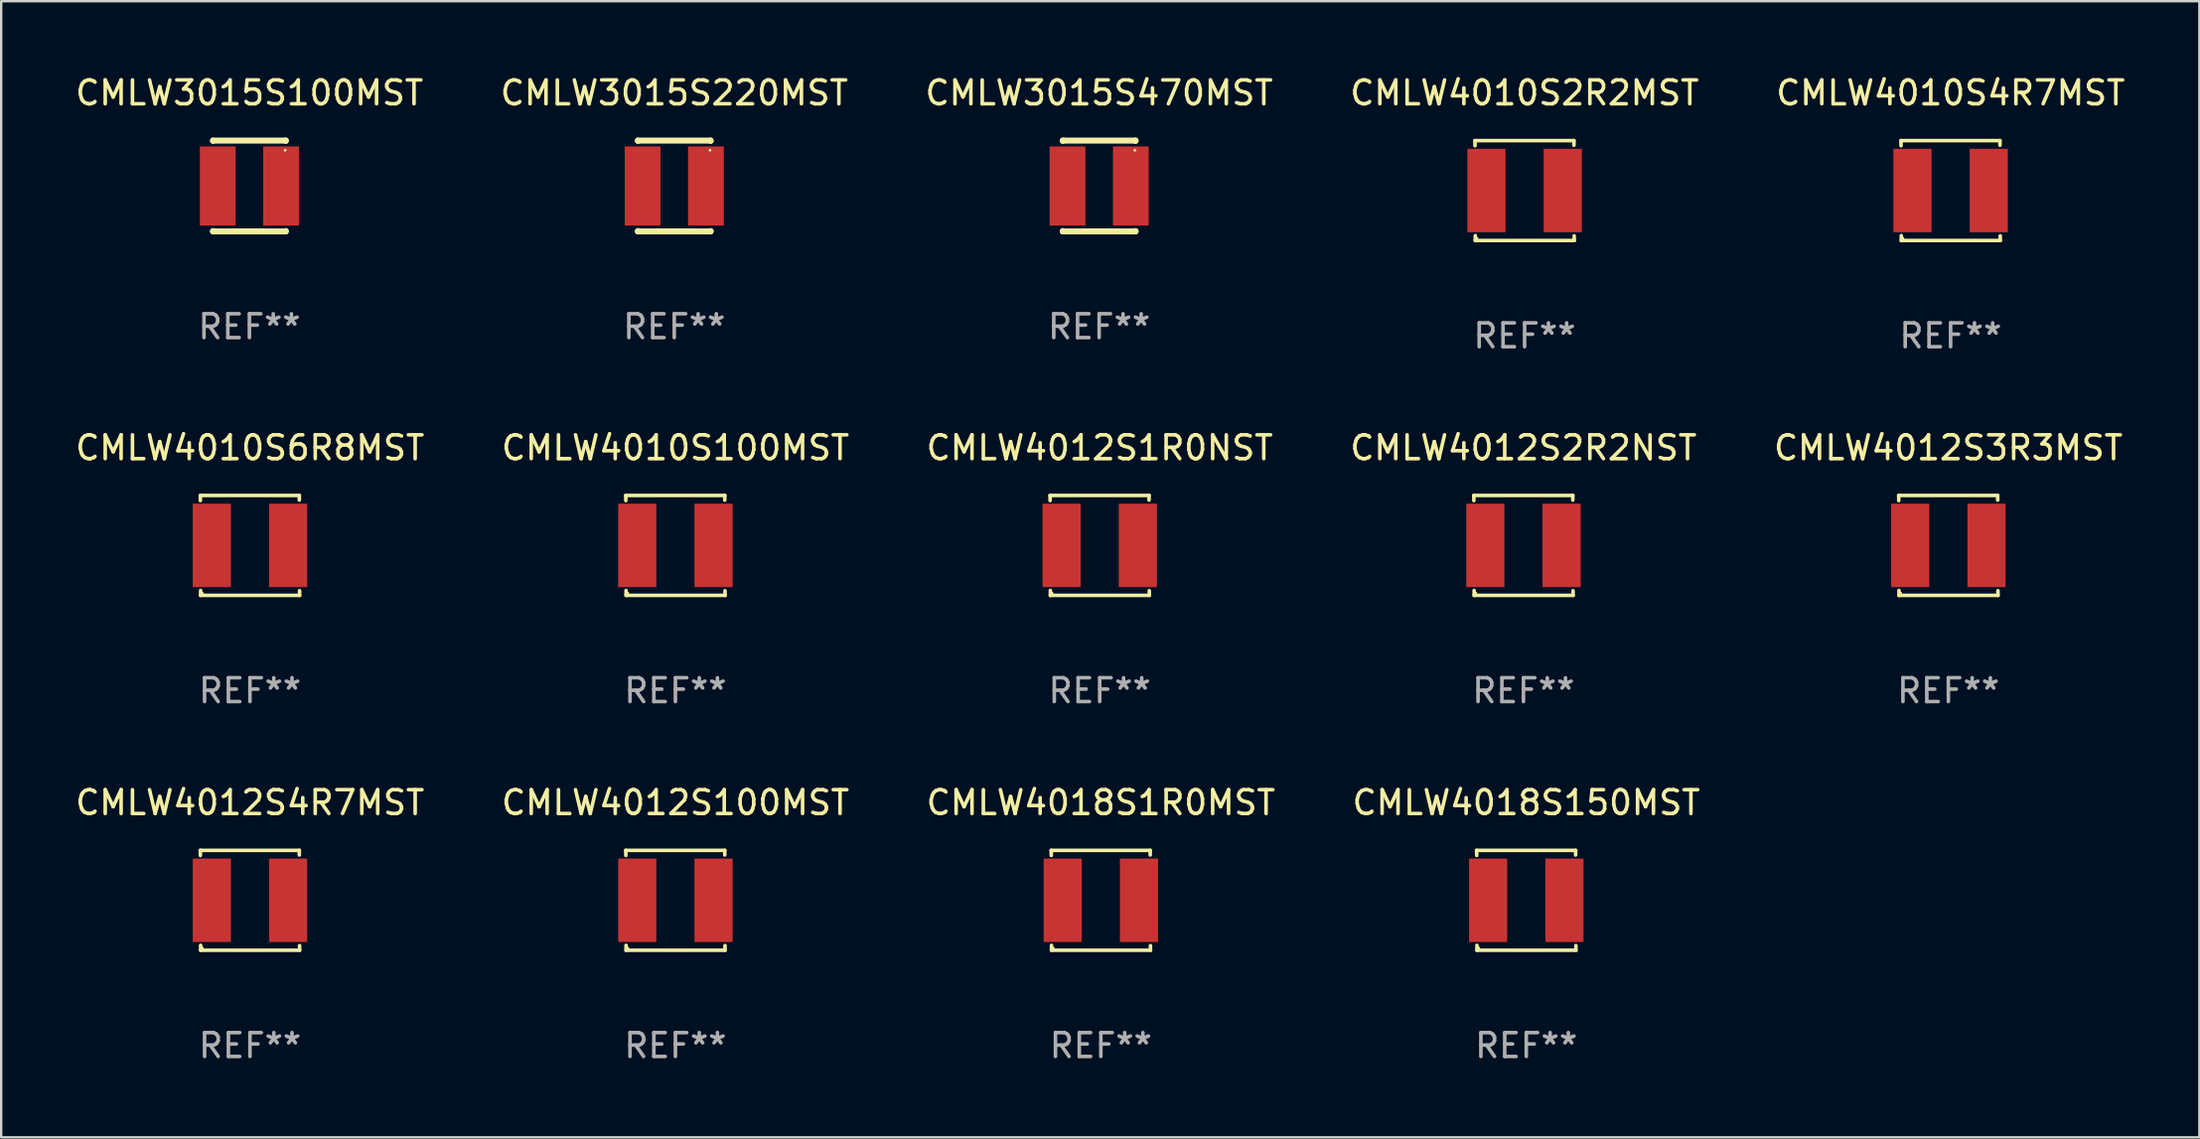
<source format=kicad_pcb>
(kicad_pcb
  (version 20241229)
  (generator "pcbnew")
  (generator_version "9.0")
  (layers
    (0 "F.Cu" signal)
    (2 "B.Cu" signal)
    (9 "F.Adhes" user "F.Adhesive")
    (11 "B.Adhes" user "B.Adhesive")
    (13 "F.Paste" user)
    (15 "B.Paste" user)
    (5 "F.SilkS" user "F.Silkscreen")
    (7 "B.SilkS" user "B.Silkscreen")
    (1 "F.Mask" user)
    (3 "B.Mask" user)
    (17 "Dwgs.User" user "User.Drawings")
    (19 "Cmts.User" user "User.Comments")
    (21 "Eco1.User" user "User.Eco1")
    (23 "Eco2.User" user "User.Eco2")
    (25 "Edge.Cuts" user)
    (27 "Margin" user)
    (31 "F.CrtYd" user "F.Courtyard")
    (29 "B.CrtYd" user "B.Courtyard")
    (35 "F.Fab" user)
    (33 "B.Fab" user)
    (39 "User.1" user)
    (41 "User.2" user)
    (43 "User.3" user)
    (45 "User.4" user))
  (footprint "CMLW4012S100MST"
    (layer "F.Cu")
    (at 25.28 34.72)
    (property "Reference" "CMLW4012S100MST" (at 0 -4.096 0) (layer "F.SilkS") (effects (font (size 1 1) (thickness 0.15))))
    (attr through_hole)
    (fp_line (start -2.083 -2.096) (end -2.08 -1.88) (stroke (width 0.15) (type solid)) (layer "F.SilkS"))
    (fp_line (start -2.07 1.89) (end -2.07 2.096) (stroke (width 0.15) (type solid)) (layer "F.SilkS"))
    (fp_line (start -2.07 2.096) (end 2.083 2.096) (stroke (width 0.15) (type solid)) (layer "F.SilkS"))
    (fp_line (start 2.07 -1.9) (end 2.07 -2.096) (stroke (width 0.15) (type solid)) (layer "F.SilkS"))
    (fp_line (start 2.07 -2.096) (end -2.083 -2.096) (stroke (width 0.15) (type solid)) (layer "F.SilkS"))
    (fp_line (start 2.083 2.096) (end 2.08 1.9) (stroke (width 0.15) (type solid)) (layer "F.SilkS"))
    (fp_circle (center -2 2) (end -1.97 2) (stroke (width 0.06) (type solid)) (fill no) (layer "F.SilkS"))
    (fp_text user "REF**" (at 0 6.096 0) (layer "F.Fab") (effects (font (size 1 1) (thickness 0.15))))
    (pad "1" smd rect (at -1.6 -0.000343) (size 1.6 3.5) (layers "F.Cu" "F.Mask" "F.Paste"))
    (pad "2" smd rect (at 1.6 -0.000343) (size 1.6 3.5) (layers "F.Cu" "F.Mask" "F.Paste")))
  (footprint "CMLW4018S1R0MST"
    (layer "F.Cu")
    (at 43.125 34.72)
    (property "Reference" "CMLW4018S1R0MST" (at 0 -4.096 0) (layer "F.SilkS") (effects (font (size 1 1) (thickness 0.15))))
    (attr through_hole)
    (fp_line (start -2.083 -2.096) (end -2.08 -1.88) (stroke (width 0.15) (type solid)) (layer "F.SilkS"))
    (fp_line (start -2.07 1.89) (end -2.07 2.096) (stroke (width 0.15) (type solid)) (layer "F.SilkS"))
    (fp_line (start -2.07 2.096) (end 2.083 2.096) (stroke (width 0.15) (type solid)) (layer "F.SilkS"))
    (fp_line (start 2.07 -1.9) (end 2.07 -2.096) (stroke (width 0.15) (type solid)) (layer "F.SilkS"))
    (fp_line (start 2.07 -2.096) (end -2.083 -2.096) (stroke (width 0.15) (type solid)) (layer "F.SilkS"))
    (fp_line (start 2.083 2.096) (end 2.08 1.9) (stroke (width 0.15) (type solid)) (layer "F.SilkS"))
    (fp_circle (center -2 2) (end -1.97 2) (stroke (width 0.06) (type solid)) (fill no) (layer "F.SilkS"))
    (fp_text user "REF**" (at 0 6.096 0) (layer "F.Fab") (effects (font (size 1 1) (thickness 0.15))))
    (pad "1" smd rect (at -1.6 -0.000343) (size 1.6 3.5) (layers "F.Cu" "F.Mask" "F.Paste"))
    (pad "2" smd rect (at 1.6 -0.000343) (size 1.6 3.5) (layers "F.Cu" "F.Mask" "F.Paste")))
  (footprint "CMLW4012S2R2NST"
    (layer "F.Cu")
    (at 60.851 19.832)
    (property "Reference" "CMLW4012S2R2NST" (at 0 -4.096 0) (layer "F.SilkS") (effects (font (size 1 1) (thickness 0.15))))
    (attr through_hole)
    (fp_line (start -2.083 -2.096) (end -2.08 -1.88) (stroke (width 0.15) (type solid)) (layer "F.SilkS"))
    (fp_line (start -2.07 1.89) (end -2.07 2.096) (stroke (width 0.15) (type solid)) (layer "F.SilkS"))
    (fp_line (start -2.07 2.096) (end 2.083 2.096) (stroke (width 0.15) (type solid)) (layer "F.SilkS"))
    (fp_line (start 2.07 -1.9) (end 2.07 -2.096) (stroke (width 0.15) (type solid)) (layer "F.SilkS"))
    (fp_line (start 2.07 -2.096) (end -2.083 -2.096) (stroke (width 0.15) (type solid)) (layer "F.SilkS"))
    (fp_line (start 2.083 2.096) (end 2.08 1.9) (stroke (width 0.15) (type solid)) (layer "F.SilkS"))
    (fp_circle (center -2 2) (end -1.97 2) (stroke (width 0.06) (type solid)) (fill no) (layer "F.SilkS"))
    (fp_text user "REF**" (at 0 6.096 0) (layer "F.Fab") (effects (font (size 1 1) (thickness 0.15))))
    (pad "1" smd rect (at -1.6 -0.000343) (size 1.6 3.5) (layers "F.Cu" "F.Mask" "F.Paste"))
    (pad "2" smd rect (at 1.6 -0.000343) (size 1.6 3.5) (layers "F.Cu" "F.Mask" "F.Paste")))
  (footprint "CMLW3015S220MST"
    (layer "F.Cu")
    (at 25.232 4.753)
    (property "Reference" "CMLW3015S220MST" (at 0 -3.905 0) (layer "F.SilkS") (effects (font (size 1 1) (thickness 0.15))))
    (attr through_hole)
    (fp_line (start -1.524 -1.905) (end 1.524 -1.905) (stroke (width 0.254) (type solid)) (layer "F.SilkS"))
    (fp_line (start -1.524 -1.891) (end -1.524 -1.905) (stroke (width 0.254) (type solid)) (layer "F.SilkS"))
    (fp_line (start -1.524 1.905) (end -1.524 1.891) (stroke (width 0.254) (type solid)) (layer "F.SilkS"))
    (fp_line (start -1.524 1.905) (end 1.524 1.905) (stroke (width 0.254) (type solid)) (layer "F.SilkS"))
    (fp_line (start 1.524 -1.905) (end 1.524 -1.891) (stroke (width 0.254) (type solid)) (layer "F.SilkS"))
    (fp_line (start 1.524 1.891) (end 1.524 1.905) (stroke (width 0.254) (type solid)) (layer "F.SilkS"))
    (fp_circle (center 1.5 -1.5) (end 1.53 -1.5) (stroke (width 0.06) (type solid)) (fill no) (layer "F.SilkS"))
    (fp_text user "REF**" (at 0 5.905 0) (layer "F.Fab") (effects (font (size 1 1) (thickness 0.15))))
    (pad "1" smd rect (at 1.328 0) (size 1.5 3.32) (layers "F.Cu" "F.Mask" "F.Paste"))
    (pad "2" smd rect (at -1.328 0) (size 1.5 3.32) (layers "F.Cu" "F.Mask" "F.Paste")))
  (footprint "CMLW4010S2R2MST"
    (layer "F.Cu")
    (at 60.899 4.944)
    (property "Reference" "CMLW4010S2R2MST" (at 0 -4.096 0) (layer "F.SilkS") (effects (font (size 1 1) (thickness 0.15))))
    (attr through_hole)
    (fp_line (start -2.083 -2.096) (end -2.08 -1.88) (stroke (width 0.15) (type solid)) (layer "F.SilkS"))
    (fp_line (start -2.07 1.89) (end -2.07 2.096) (stroke (width 0.15) (type solid)) (layer "F.SilkS"))
    (fp_line (start -2.07 2.096) (end 2.083 2.096) (stroke (width 0.15) (type solid)) (layer "F.SilkS"))
    (fp_line (start 2.07 -1.9) (end 2.07 -2.096) (stroke (width 0.15) (type solid)) (layer "F.SilkS"))
    (fp_line (start 2.07 -2.096) (end -2.083 -2.096) (stroke (width 0.15) (type solid)) (layer "F.SilkS"))
    (fp_line (start 2.083 2.096) (end 2.08 1.9) (stroke (width 0.15) (type solid)) (layer "F.SilkS"))
    (fp_circle (center -2 2) (end -1.97 2) (stroke (width 0.06) (type solid)) (fill no) (layer "F.SilkS"))
    (fp_text user "REF**" (at 0 6.096 0) (layer "F.Fab") (effects (font (size 1 1) (thickness 0.15))))
    (pad "1" smd rect (at -1.6 -0.000343) (size 1.6 3.5) (layers "F.Cu" "F.Mask" "F.Paste"))
    (pad "2" smd rect (at 1.6 -0.000343) (size 1.6 3.5) (layers "F.Cu" "F.Mask" "F.Paste")))
  (footprint "CMLW4012S1R0NST"
    (layer "F.Cu")
    (at 43.077 19.832)
    (property "Reference" "CMLW4012S1R0NST" (at 0 -4.096 0) (layer "F.SilkS") (effects (font (size 1 1) (thickness 0.15))))
    (attr through_hole)
    (fp_line (start -2.083 -2.096) (end -2.08 -1.88) (stroke (width 0.15) (type solid)) (layer "F.SilkS"))
    (fp_line (start -2.07 1.89) (end -2.07 2.096) (stroke (width 0.15) (type solid)) (layer "F.SilkS"))
    (fp_line (start -2.07 2.096) (end 2.083 2.096) (stroke (width 0.15) (type solid)) (layer "F.SilkS"))
    (fp_line (start 2.07 -1.9) (end 2.07 -2.096) (stroke (width 0.15) (type solid)) (layer "F.SilkS"))
    (fp_line (start 2.07 -2.096) (end -2.083 -2.096) (stroke (width 0.15) (type solid)) (layer "F.SilkS"))
    (fp_line (start 2.083 2.096) (end 2.08 1.9) (stroke (width 0.15) (type solid)) (layer "F.SilkS"))
    (fp_circle (center -2 2) (end -1.97 2) (stroke (width 0.06) (type solid)) (fill no) (layer "F.SilkS"))
    (fp_text user "REF**" (at 0 6.096 0) (layer "F.Fab") (effects (font (size 1 1) (thickness 0.15))))
    (pad "1" smd rect (at -1.6 -0.000343) (size 1.6 3.5) (layers "F.Cu" "F.Mask" "F.Paste"))
    (pad "2" smd rect (at 1.6 -0.000343) (size 1.6 3.5) (layers "F.Cu" "F.Mask" "F.Paste")))
  (footprint "CMLW4010S6R8MST"
    (layer "F.Cu")
    (at 7.435 19.832)
    (property "Reference" "CMLW4010S6R8MST" (at 0 -4.096 0) (layer "F.SilkS") (effects (font (size 1 1) (thickness 0.15))))
    (attr through_hole)
    (fp_line (start -2.083 -2.096) (end -2.08 -1.88) (stroke (width 0.15) (type solid)) (layer "F.SilkS"))
    (fp_line (start -2.07 1.89) (end -2.07 2.096) (stroke (width 0.15) (type solid)) (layer "F.SilkS"))
    (fp_line (start -2.07 2.096) (end 2.083 2.096) (stroke (width 0.15) (type solid)) (layer "F.SilkS"))
    (fp_line (start 2.07 -1.9) (end 2.07 -2.096) (stroke (width 0.15) (type solid)) (layer "F.SilkS"))
    (fp_line (start 2.07 -2.096) (end -2.083 -2.096) (stroke (width 0.15) (type solid)) (layer "F.SilkS"))
    (fp_line (start 2.083 2.096) (end 2.08 1.9) (stroke (width 0.15) (type solid)) (layer "F.SilkS"))
    (fp_circle (center -2 2) (end -1.97 2) (stroke (width 0.06) (type solid)) (fill no) (layer "F.SilkS"))
    (fp_text user "REF**" (at 0 6.096 0) (layer "F.Fab") (effects (font (size 1 1) (thickness 0.15))))
    (pad "1" smd rect (at -1.6 -0.000343) (size 1.6 3.5) (layers "F.Cu" "F.Mask" "F.Paste"))
    (pad "2" smd rect (at 1.6 -0.000343) (size 1.6 3.5) (layers "F.Cu" "F.Mask" "F.Paste")))
  (footprint "CMLW3015S100MST"
    (layer "F.Cu")
    (at 7.411 4.753)
    (property "Reference" "CMLW3015S100MST" (at 0 -3.905 0) (layer "F.SilkS") (effects (font (size 1 1) (thickness 0.15))))
    (attr through_hole)
    (fp_line (start -1.524 -1.905) (end 1.524 -1.905) (stroke (width 0.254) (type solid)) (layer "F.SilkS"))
    (fp_line (start -1.524 -1.891) (end -1.524 -1.905) (stroke (width 0.254) (type solid)) (layer "F.SilkS"))
    (fp_line (start -1.524 1.905) (end -1.524 1.891) (stroke (width 0.254) (type solid)) (layer "F.SilkS"))
    (fp_line (start -1.524 1.905) (end 1.524 1.905) (stroke (width 0.254) (type solid)) (layer "F.SilkS"))
    (fp_line (start 1.524 -1.905) (end 1.524 -1.891) (stroke (width 0.254) (type solid)) (layer "F.SilkS"))
    (fp_line (start 1.524 1.891) (end 1.524 1.905) (stroke (width 0.254) (type solid)) (layer "F.SilkS"))
    (fp_circle (center 1.5 -1.5) (end 1.53 -1.5) (stroke (width 0.06) (type solid)) (fill no) (layer "F.SilkS"))
    (fp_text user "REF**" (at 0 5.905 0) (layer "F.Fab") (effects (font (size 1 1) (thickness 0.15))))
    (pad "1" smd rect (at 1.328 0) (size 1.5 3.32) (layers "F.Cu" "F.Mask" "F.Paste"))
    (pad "2" smd rect (at -1.328 0) (size 1.5 3.32) (layers "F.Cu" "F.Mask" "F.Paste")))
  (footprint "CMLW4018S150MST"
    (layer "F.Cu")
    (at 60.97 34.72)
    (property "Reference" "CMLW4018S150MST" (at 0 -4.096 0) (layer "F.SilkS") (effects (font (size 1 1) (thickness 0.15))))
    (attr through_hole)
    (fp_line (start -2.083 -2.096) (end -2.08 -1.88) (stroke (width 0.15) (type solid)) (layer "F.SilkS"))
    (fp_line (start -2.07 1.89) (end -2.07 2.096) (stroke (width 0.15) (type solid)) (layer "F.SilkS"))
    (fp_line (start -2.07 2.096) (end 2.083 2.096) (stroke (width 0.15) (type solid)) (layer "F.SilkS"))
    (fp_line (start 2.07 -1.9) (end 2.07 -2.096) (stroke (width 0.15) (type solid)) (layer "F.SilkS"))
    (fp_line (start 2.07 -2.096) (end -2.083 -2.096) (stroke (width 0.15) (type solid)) (layer "F.SilkS"))
    (fp_line (start 2.083 2.096) (end 2.08 1.9) (stroke (width 0.15) (type solid)) (layer "F.SilkS"))
    (fp_circle (center -2 2) (end -1.97 2) (stroke (width 0.06) (type solid)) (fill no) (layer "F.SilkS"))
    (fp_text user "REF**" (at 0 6.096 0) (layer "F.Fab") (effects (font (size 1 1) (thickness 0.15))))
    (pad "1" smd rect (at -1.6 -0.000343) (size 1.6 3.5) (layers "F.Cu" "F.Mask" "F.Paste"))
    (pad "2" smd rect (at 1.6 -0.000343) (size 1.6 3.5) (layers "F.Cu" "F.Mask" "F.Paste")))
  (footprint "CMLW4010S4R7MST"
    (layer "F.Cu")
    (at 78.768 4.944)
    (property "Reference" "CMLW4010S4R7MST" (at 0 -4.096 0) (layer "F.SilkS") (effects (font (size 1 1) (thickness 0.15))))
    (attr through_hole)
    (fp_line (start -2.083 -2.096) (end -2.08 -1.88) (stroke (width 0.15) (type solid)) (layer "F.SilkS"))
    (fp_line (start -2.07 1.89) (end -2.07 2.096) (stroke (width 0.15) (type solid)) (layer "F.SilkS"))
    (fp_line (start -2.07 2.096) (end 2.083 2.096) (stroke (width 0.15) (type solid)) (layer "F.SilkS"))
    (fp_line (start 2.07 -1.9) (end 2.07 -2.096) (stroke (width 0.15) (type solid)) (layer "F.SilkS"))
    (fp_line (start 2.07 -2.096) (end -2.083 -2.096) (stroke (width 0.15) (type solid)) (layer "F.SilkS"))
    (fp_line (start 2.083 2.096) (end 2.08 1.9) (stroke (width 0.15) (type solid)) (layer "F.SilkS"))
    (fp_circle (center -2 2) (end -1.97 2) (stroke (width 0.06) (type solid)) (fill no) (layer "F.SilkS"))
    (fp_text user "REF**" (at 0 6.096 0) (layer "F.Fab") (effects (font (size 1 1) (thickness 0.15))))
    (pad "1" smd rect (at -1.6 -0.000343) (size 1.6 3.5) (layers "F.Cu" "F.Mask" "F.Paste"))
    (pad "2" smd rect (at 1.6 -0.000343) (size 1.6 3.5) (layers "F.Cu" "F.Mask" "F.Paste")))
  (footprint "CMLW4012S4R7MST"
    (layer "F.Cu")
    (at 7.435 34.72)
    (property "Reference" "CMLW4012S4R7MST" (at 0 -4.096 0) (layer "F.SilkS") (effects (font (size 1 1) (thickness 0.15))))
    (attr through_hole)
    (fp_line (start -2.083 -2.096) (end -2.08 -1.88) (stroke (width 0.15) (type solid)) (layer "F.SilkS"))
    (fp_line (start -2.07 1.89) (end -2.07 2.096) (stroke (width 0.15) (type solid)) (layer "F.SilkS"))
    (fp_line (start -2.07 2.096) (end 2.083 2.096) (stroke (width 0.15) (type solid)) (layer "F.SilkS"))
    (fp_line (start 2.07 -1.9) (end 2.07 -2.096) (stroke (width 0.15) (type solid)) (layer "F.SilkS"))
    (fp_line (start 2.07 -2.096) (end -2.083 -2.096) (stroke (width 0.15) (type solid)) (layer "F.SilkS"))
    (fp_line (start 2.083 2.096) (end 2.08 1.9) (stroke (width 0.15) (type solid)) (layer "F.SilkS"))
    (fp_circle (center -2 2) (end -1.97 2) (stroke (width 0.06) (type solid)) (fill no) (layer "F.SilkS"))
    (fp_text user "REF**" (at 0 6.096 0) (layer "F.Fab") (effects (font (size 1 1) (thickness 0.15))))
    (pad "1" smd rect (at -1.6 -0.000343) (size 1.6 3.5) (layers "F.Cu" "F.Mask" "F.Paste"))
    (pad "2" smd rect (at 1.6 -0.000343) (size 1.6 3.5) (layers "F.Cu" "F.Mask" "F.Paste")))
  (footprint "CMLW3015S470MST"
    (layer "F.Cu")
    (at 43.054 4.753)
    (property "Reference" "CMLW3015S470MST" (at 0 -3.905 0) (layer "F.SilkS") (effects (font (size 1 1) (thickness 0.15))))
    (attr through_hole)
    (fp_line (start -1.524 -1.905) (end 1.524 -1.905) (stroke (width 0.254) (type solid)) (layer "F.SilkS"))
    (fp_line (start -1.524 -1.891) (end -1.524 -1.905) (stroke (width 0.254) (type solid)) (layer "F.SilkS"))
    (fp_line (start -1.524 1.905) (end -1.524 1.891) (stroke (width 0.254) (type solid)) (layer "F.SilkS"))
    (fp_line (start -1.524 1.905) (end 1.524 1.905) (stroke (width 0.254) (type solid)) (layer "F.SilkS"))
    (fp_line (start 1.524 -1.905) (end 1.524 -1.891) (stroke (width 0.254) (type solid)) (layer "F.SilkS"))
    (fp_line (start 1.524 1.891) (end 1.524 1.905) (stroke (width 0.254) (type solid)) (layer "F.SilkS"))
    (fp_circle (center 1.5 -1.5) (end 1.53 -1.5) (stroke (width 0.06) (type solid)) (fill no) (layer "F.SilkS"))
    (fp_text user "REF**" (at 0 5.905 0) (layer "F.Fab") (effects (font (size 1 1) (thickness 0.15))))
    (pad "1" smd rect (at 1.328 0) (size 1.5 3.32) (layers "F.Cu" "F.Mask" "F.Paste"))
    (pad "2" smd rect (at -1.328 0) (size 1.5 3.32) (layers "F.Cu" "F.Mask" "F.Paste")))
  (footprint "CMLW4012S3R3MST"
    (layer "F.Cu")
    (at 78.673 19.832)
    (property "Reference" "CMLW4012S3R3MST" (at 0 -4.096 0) (layer "F.SilkS") (effects (font (size 1 1) (thickness 0.15))))
    (attr through_hole)
    (fp_line (start -2.083 -2.096) (end -2.08 -1.88) (stroke (width 0.15) (type solid)) (layer "F.SilkS"))
    (fp_line (start -2.07 1.89) (end -2.07 2.096) (stroke (width 0.15) (type solid)) (layer "F.SilkS"))
    (fp_line (start -2.07 2.096) (end 2.083 2.096) (stroke (width 0.15) (type solid)) (layer "F.SilkS"))
    (fp_line (start 2.07 -1.9) (end 2.07 -2.096) (stroke (width 0.15) (type solid)) (layer "F.SilkS"))
    (fp_line (start 2.07 -2.096) (end -2.083 -2.096) (stroke (width 0.15) (type solid)) (layer "F.SilkS"))
    (fp_line (start 2.083 2.096) (end 2.08 1.9) (stroke (width 0.15) (type solid)) (layer "F.SilkS"))
    (fp_circle (center -2 2) (end -1.97 2) (stroke (width 0.06) (type solid)) (fill no) (layer "F.SilkS"))
    (fp_text user "REF**" (at 0 6.096 0) (layer "F.Fab") (effects (font (size 1 1) (thickness 0.15))))
    (pad "1" smd rect (at -1.6 -0.000343) (size 1.6 3.5) (layers "F.Cu" "F.Mask" "F.Paste"))
    (pad "2" smd rect (at 1.6 -0.000343) (size 1.6 3.5) (layers "F.Cu" "F.Mask" "F.Paste")))
  (footprint "CMLW4010S100MST"
    (layer "F.Cu")
    (at 25.28 19.832)
    (property "Reference" "CMLW4010S100MST" (at 0 -4.096 0) (layer "F.SilkS") (effects (font (size 1 1) (thickness 0.15))))
    (attr through_hole)
    (fp_line (start -2.083 -2.096) (end -2.08 -1.88) (stroke (width 0.15) (type solid)) (layer "F.SilkS"))
    (fp_line (start -2.07 1.89) (end -2.07 2.096) (stroke (width 0.15) (type solid)) (layer "F.SilkS"))
    (fp_line (start -2.07 2.096) (end 2.083 2.096) (stroke (width 0.15) (type solid)) (layer "F.SilkS"))
    (fp_line (start 2.07 -1.9) (end 2.07 -2.096) (stroke (width 0.15) (type solid)) (layer "F.SilkS"))
    (fp_line (start 2.07 -2.096) (end -2.083 -2.096) (stroke (width 0.15) (type solid)) (layer "F.SilkS"))
    (fp_line (start 2.083 2.096) (end 2.08 1.9) (stroke (width 0.15) (type solid)) (layer "F.SilkS"))
    (fp_circle (center -2 2) (end -1.97 2) (stroke (width 0.06) (type solid)) (fill no) (layer "F.SilkS"))
    (fp_text user "REF**" (at 0 6.096 0) (layer "F.Fab") (effects (font (size 1 1) (thickness 0.15))))
    (pad "1" smd rect (at -1.6 -0.000343) (size 1.6 3.5) (layers "F.Cu" "F.Mask" "F.Paste"))
    (pad "2" smd rect (at 1.6 -0.000343) (size 1.6 3.5) (layers "F.Cu" "F.Mask" "F.Paste")))
  (gr_rect
    (start -3 -3)
    (end 89.202 44.665)
    (stroke (width 0.1) (type default))
    (fill no)
    (layer "Edge.Cuts")))
</source>
